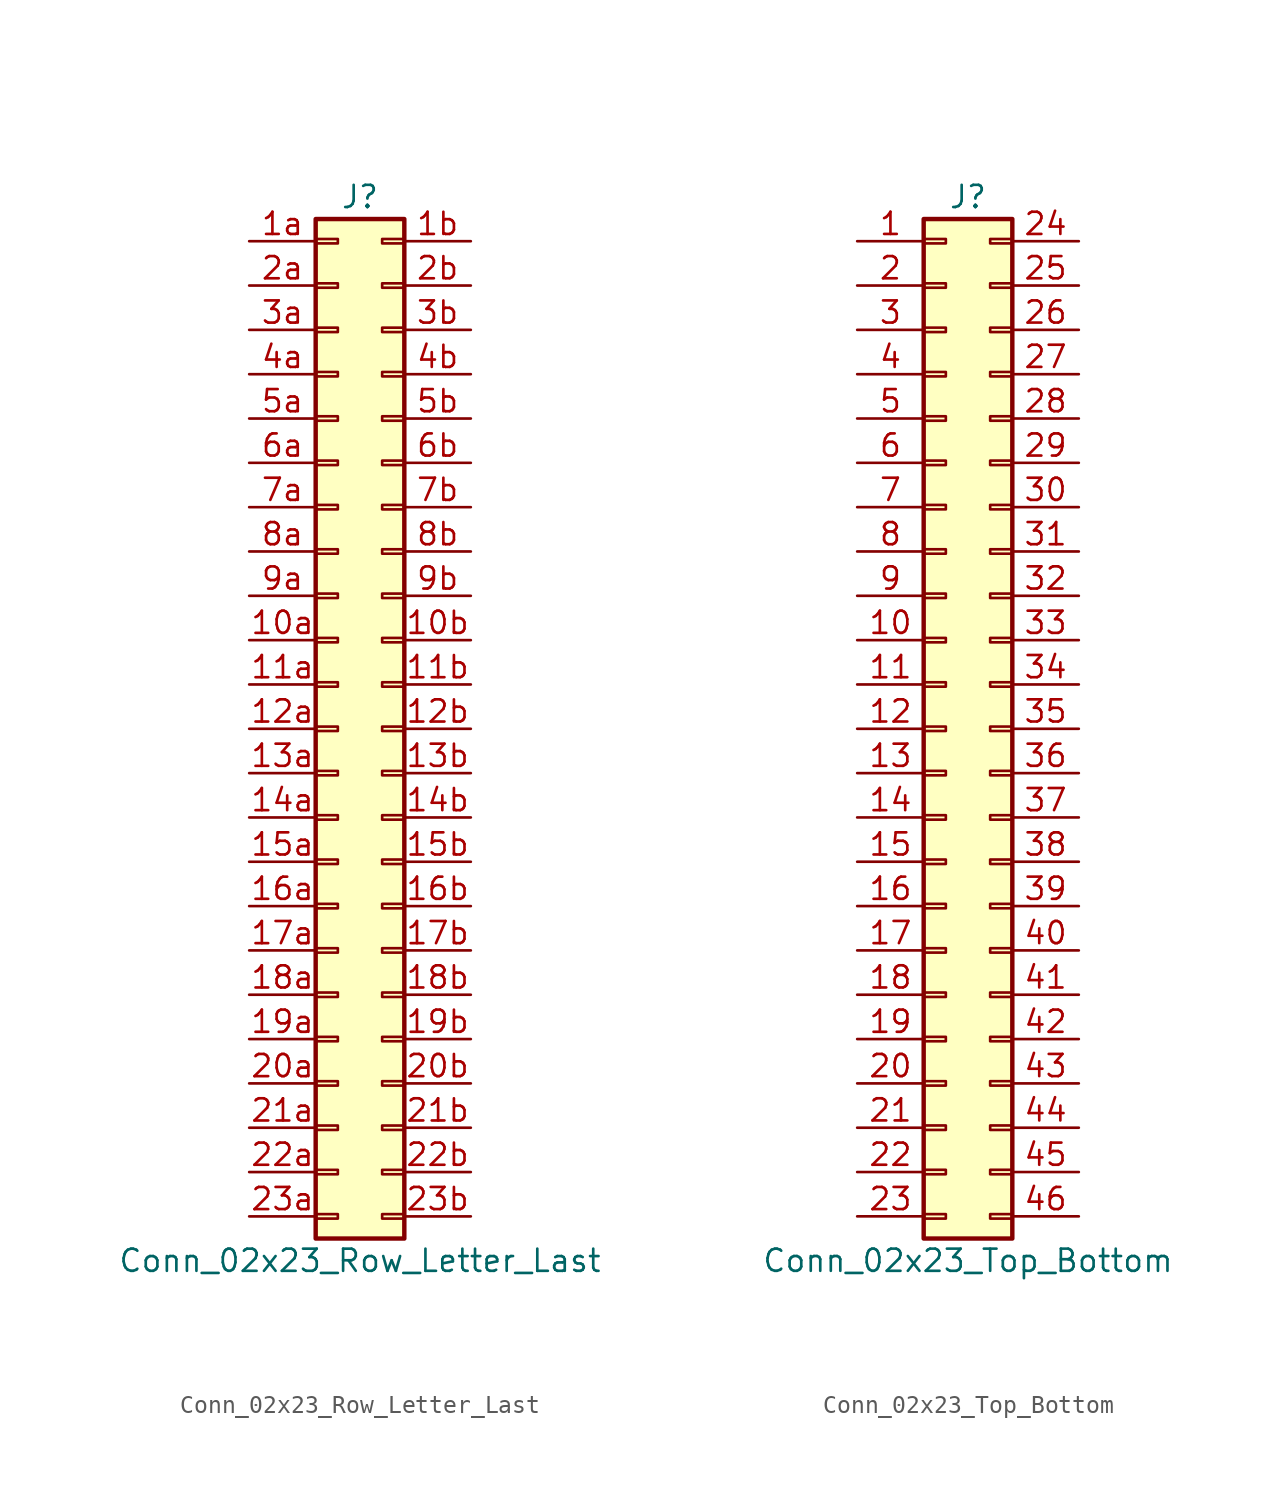
<source format=kicad_sym>
(kicad_symbol_lib
  (version 20201005)
  (generator kicad_symbol_editor)
  (symbol "Conn_02x23_Row_Letter_Last"
    (pin_names
      (offset 1.016) hide)
    (property "Reference" "J"
      (at 1.27 30.48 0)
      (effects (font (size 1.27 1.27))))
    (property "Value" "Conn_02x23_Row_Letter_Last"
      (at 1.27 -30.48 0)
      (effects (font (size 1.27 1.27))))
    (symbol "Conn_02x23_Row_Letter_Last_1_1"
      (rectangle (start -1.27 -27.813) (end 0 -28.067) (stroke (width 0.152)) (fill (type none)))
      (rectangle (start -1.27 -25.273) (end 0 -25.527) (stroke (width 0.152)) (fill (type none)))
      (rectangle (start -1.27 -22.733) (end 0 -22.987) (stroke (width 0.152)) (fill (type none)))
      (rectangle (start -1.27 -20.193) (end 0 -20.447) (stroke (width 0.152)) (fill (type none)))
      (rectangle (start -1.27 -17.653) (end 0 -17.907) (stroke (width 0.152)) (fill (type none)))
      (rectangle (start -1.27 -15.113) (end 0 -15.367) (stroke (width 0.152)) (fill (type none)))
      (rectangle (start -1.27 -12.573) (end 0 -12.827) (stroke (width 0.152)) (fill (type none)))
      (rectangle (start -1.27 -10.033) (end 0 -10.287) (stroke (width 0.152)) (fill (type none)))
      (rectangle (start -1.27 -7.493) (end 0 -7.747) (stroke (width 0.152)) (fill (type none)))
      (rectangle (start -1.27 -4.953) (end 0 -5.207) (stroke (width 0.152)) (fill (type none)))
      (rectangle (start -1.27 -2.413) (end 0 -2.667) (stroke (width 0.152)) (fill (type none)))
      (rectangle (start -1.27 0.127) (end 0 -0.127) (stroke (width 0.152)) (fill (type none)))
      (rectangle (start -1.27 2.667) (end 0 2.413) (stroke (width 0.152)) (fill (type none)))
      (rectangle (start -1.27 5.207) (end 0 4.953) (stroke (width 0.152)) (fill (type none)))
      (rectangle (start -1.27 7.747) (end 0 7.493) (stroke (width 0.152)) (fill (type none)))
      (rectangle (start -1.27 10.287) (end 0 10.033) (stroke (width 0.152)) (fill (type none)))
      (rectangle (start -1.27 12.827) (end 0 12.573) (stroke (width 0.152)) (fill (type none)))
      (rectangle (start -1.27 15.367) (end 0 15.113) (stroke (width 0.152)) (fill (type none)))
      (rectangle (start -1.27 17.907) (end 0 17.653) (stroke (width 0.152)) (fill (type none)))
      (rectangle (start -1.27 20.447) (end 0 20.193) (stroke (width 0.152)) (fill (type none)))
      (rectangle (start -1.27 22.987) (end 0 22.733) (stroke (width 0.152)) (fill (type none)))
      (rectangle (start -1.27 25.527) (end 0 25.273) (stroke (width 0.152)) (fill (type none)))
      (rectangle (start -1.27 28.067) (end 0 27.813) (stroke (width 0.152)) (fill (type none)))
      (rectangle (start 3.81 -27.813) (end 2.54 -28.067) (stroke (width 0.152)) (fill (type none)))
      (rectangle (start 3.81 -25.273) (end 2.54 -25.527) (stroke (width 0.152)) (fill (type none)))
      (rectangle (start 3.81 -22.733) (end 2.54 -22.987) (stroke (width 0.152)) (fill (type none)))
      (rectangle (start 3.81 -20.193) (end 2.54 -20.447) (stroke (width 0.152)) (fill (type none)))
      (rectangle (start 3.81 -17.653) (end 2.54 -17.907) (stroke (width 0.152)) (fill (type none)))
      (rectangle (start 3.81 -15.113) (end 2.54 -15.367) (stroke (width 0.152)) (fill (type none)))
      (rectangle (start 3.81 -12.573) (end 2.54 -12.827) (stroke (width 0.152)) (fill (type none)))
      (rectangle (start 3.81 -10.033) (end 2.54 -10.287) (stroke (width 0.152)) (fill (type none)))
      (rectangle (start 3.81 -7.493) (end 2.54 -7.747) (stroke (width 0.152)) (fill (type none)))
      (rectangle (start 3.81 -4.953) (end 2.54 -5.207) (stroke (width 0.152)) (fill (type none)))
      (rectangle (start 3.81 -2.413) (end 2.54 -2.667) (stroke (width 0.152)) (fill (type none)))
      (rectangle (start 3.81 0.127) (end 2.54 -0.127) (stroke (width 0.152)) (fill (type none)))
      (rectangle (start 3.81 2.667) (end 2.54 2.413) (stroke (width 0.152)) (fill (type none)))
      (rectangle (start 3.81 5.207) (end 2.54 4.953) (stroke (width 0.152)) (fill (type none)))
      (rectangle (start 3.81 7.747) (end 2.54 7.493) (stroke (width 0.152)) (fill (type none)))
      (rectangle (start 3.81 10.287) (end 2.54 10.033) (stroke (width 0.152)) (fill (type none)))
      (rectangle (start 3.81 12.827) (end 2.54 12.573) (stroke (width 0.152)) (fill (type none)))
      (rectangle (start 3.81 15.367) (end 2.54 15.113) (stroke (width 0.152)) (fill (type none)))
      (rectangle (start 3.81 17.907) (end 2.54 17.653) (stroke (width 0.152)) (fill (type none)))
      (rectangle (start 3.81 20.447) (end 2.54 20.193) (stroke (width 0.152)) (fill (type none)))
      (rectangle (start 3.81 22.987) (end 2.54 22.733) (stroke (width 0.152)) (fill (type none)))
      (rectangle (start 3.81 25.527) (end 2.54 25.273) (stroke (width 0.152)) (fill (type none)))
      (rectangle (start 3.81 28.067) (end 2.54 27.813) (stroke (width 0.152)) (fill (type none)))
      (rectangle (start -1.27 29.21) (end 3.81 -29.21) (stroke (width 0.254)) (fill (type background)))
      (pin passive line (at -5.08 5.08 0) (length 3.81) (name "Pin_10a" (effects (font (size 1.27 1.27)))) (number "10a" (effects (font (size 1.27 1.27)))))
      (pin passive line (at 7.62 5.08 180) (length 3.81) (name "Pin_10b" (effects (font (size 1.27 1.27)))) (number "10b" (effects (font (size 1.27 1.27)))))
      (pin passive line (at -5.08 2.54 0) (length 3.81) (name "Pin_11a" (effects (font (size 1.27 1.27)))) (number "11a" (effects (font (size 1.27 1.27)))))
      (pin passive line (at 7.62 2.54 180) (length 3.81) (name "Pin_11b" (effects (font (size 1.27 1.27)))) (number "11b" (effects (font (size 1.27 1.27)))))
      (pin passive line (at -5.08 0 0) (length 3.81) (name "Pin_12a" (effects (font (size 1.27 1.27)))) (number "12a" (effects (font (size 1.27 1.27)))))
      (pin passive line (at 7.62 0 180) (length 3.81) (name "Pin_12b" (effects (font (size 1.27 1.27)))) (number "12b" (effects (font (size 1.27 1.27)))))
      (pin passive line (at -5.08 -2.54 0) (length 3.81) (name "Pin_13a" (effects (font (size 1.27 1.27)))) (number "13a" (effects (font (size 1.27 1.27)))))
      (pin passive line (at 7.62 -2.54 180) (length 3.81) (name "Pin_13b" (effects (font (size 1.27 1.27)))) (number "13b" (effects (font (size 1.27 1.27)))))
      (pin passive line (at -5.08 -5.08 0) (length 3.81) (name "Pin_14a" (effects (font (size 1.27 1.27)))) (number "14a" (effects (font (size 1.27 1.27)))))
      (pin passive line (at 7.62 -5.08 180) (length 3.81) (name "Pin_14b" (effects (font (size 1.27 1.27)))) (number "14b" (effects (font (size 1.27 1.27)))))
      (pin passive line (at -5.08 -7.62 0) (length 3.81) (name "Pin_15a" (effects (font (size 1.27 1.27)))) (number "15a" (effects (font (size 1.27 1.27)))))
      (pin passive line (at 7.62 -7.62 180) (length 3.81) (name "Pin_15b" (effects (font (size 1.27 1.27)))) (number "15b" (effects (font (size 1.27 1.27)))))
      (pin passive line (at -5.08 -10.16 0) (length 3.81) (name "Pin_16a" (effects (font (size 1.27 1.27)))) (number "16a" (effects (font (size 1.27 1.27)))))
      (pin passive line (at 7.62 -10.16 180) (length 3.81) (name "Pin_16b" (effects (font (size 1.27 1.27)))) (number "16b" (effects (font (size 1.27 1.27)))))
      (pin passive line (at -5.08 -12.7 0) (length 3.81) (name "Pin_17a" (effects (font (size 1.27 1.27)))) (number "17a" (effects (font (size 1.27 1.27)))))
      (pin passive line (at 7.62 -12.7 180) (length 3.81) (name "Pin_17b" (effects (font (size 1.27 1.27)))) (number "17b" (effects (font (size 1.27 1.27)))))
      (pin passive line (at -5.08 -15.24 0) (length 3.81) (name "Pin_18a" (effects (font (size 1.27 1.27)))) (number "18a" (effects (font (size 1.27 1.27)))))
      (pin passive line (at 7.62 -15.24 180) (length 3.81) (name "Pin_18b" (effects (font (size 1.27 1.27)))) (number "18b" (effects (font (size 1.27 1.27)))))
      (pin passive line (at -5.08 -17.78 0) (length 3.81) (name "Pin_19a" (effects (font (size 1.27 1.27)))) (number "19a" (effects (font (size 1.27 1.27)))))
      (pin passive line (at 7.62 -17.78 180) (length 3.81) (name "Pin_19b" (effects (font (size 1.27 1.27)))) (number "19b" (effects (font (size 1.27 1.27)))))
      (pin passive line (at -5.08 27.94 0) (length 3.81) (name "Pin_1a" (effects (font (size 1.27 1.27)))) (number "1a" (effects (font (size 1.27 1.27)))))
      (pin passive line (at 7.62 27.94 180) (length 3.81) (name "Pin_1b" (effects (font (size 1.27 1.27)))) (number "1b" (effects (font (size 1.27 1.27)))))
      (pin passive line (at -5.08 -20.32 0) (length 3.81) (name "Pin_20a" (effects (font (size 1.27 1.27)))) (number "20a" (effects (font (size 1.27 1.27)))))
      (pin passive line (at 7.62 -20.32 180) (length 3.81) (name "Pin_20b" (effects (font (size 1.27 1.27)))) (number "20b" (effects (font (size 1.27 1.27)))))
      (pin passive line (at -5.08 -22.86 0) (length 3.81) (name "Pin_21a" (effects (font (size 1.27 1.27)))) (number "21a" (effects (font (size 1.27 1.27)))))
      (pin passive line (at 7.62 -22.86 180) (length 3.81) (name "Pin_21b" (effects (font (size 1.27 1.27)))) (number "21b" (effects (font (size 1.27 1.27)))))
      (pin passive line (at -5.08 -25.4 0) (length 3.81) (name "Pin_22a" (effects (font (size 1.27 1.27)))) (number "22a" (effects (font (size 1.27 1.27)))))
      (pin passive line (at 7.62 -25.4 180) (length 3.81) (name "Pin_22b" (effects (font (size 1.27 1.27)))) (number "22b" (effects (font (size 1.27 1.27)))))
      (pin passive line (at -5.08 -27.94 0) (length 3.81) (name "Pin_23a" (effects (font (size 1.27 1.27)))) (number "23a" (effects (font (size 1.27 1.27)))))
      (pin passive line (at 7.62 -27.94 180) (length 3.81) (name "Pin_23b" (effects (font (size 1.27 1.27)))) (number "23b" (effects (font (size 1.27 1.27)))))
      (pin passive line (at -5.08 25.4 0) (length 3.81) (name "Pin_2a" (effects (font (size 1.27 1.27)))) (number "2a" (effects (font (size 1.27 1.27)))))
      (pin passive line (at 7.62 25.4 180) (length 3.81) (name "Pin_2b" (effects (font (size 1.27 1.27)))) (number "2b" (effects (font (size 1.27 1.27)))))
      (pin passive line (at -5.08 22.86 0) (length 3.81) (name "Pin_3a" (effects (font (size 1.27 1.27)))) (number "3a" (effects (font (size 1.27 1.27)))))
      (pin passive line (at 7.62 22.86 180) (length 3.81) (name "Pin_3b" (effects (font (size 1.27 1.27)))) (number "3b" (effects (font (size 1.27 1.27)))))
      (pin passive line (at -5.08 20.32 0) (length 3.81) (name "Pin_4a" (effects (font (size 1.27 1.27)))) (number "4a" (effects (font (size 1.27 1.27)))))
      (pin passive line (at 7.62 20.32 180) (length 3.81) (name "Pin_4b" (effects (font (size 1.27 1.27)))) (number "4b" (effects (font (size 1.27 1.27)))))
      (pin passive line (at -5.08 17.78 0) (length 3.81) (name "Pin_5a" (effects (font (size 1.27 1.27)))) (number "5a" (effects (font (size 1.27 1.27)))))
      (pin passive line (at 7.62 17.78 180) (length 3.81) (name "Pin_5b" (effects (font (size 1.27 1.27)))) (number "5b" (effects (font (size 1.27 1.27)))))
      (pin passive line (at -5.08 15.24 0) (length 3.81) (name "Pin_6a" (effects (font (size 1.27 1.27)))) (number "6a" (effects (font (size 1.27 1.27)))))
      (pin passive line (at 7.62 15.24 180) (length 3.81) (name "Pin_6b" (effects (font (size 1.27 1.27)))) (number "6b" (effects (font (size 1.27 1.27)))))
      (pin passive line (at -5.08 12.7 0) (length 3.81) (name "Pin_7a" (effects (font (size 1.27 1.27)))) (number "7a" (effects (font (size 1.27 1.27)))))
      (pin passive line (at 7.62 12.7 180) (length 3.81) (name "Pin_7b" (effects (font (size 1.27 1.27)))) (number "7b" (effects (font (size 1.27 1.27)))))
      (pin passive line (at -5.08 10.16 0) (length 3.81) (name "Pin_8a" (effects (font (size 1.27 1.27)))) (number "8a" (effects (font (size 1.27 1.27)))))
      (pin passive line (at 7.62 10.16 180) (length 3.81) (name "Pin_8b" (effects (font (size 1.27 1.27)))) (number "8b" (effects (font (size 1.27 1.27)))))
      (pin passive line (at -5.08 7.62 0) (length 3.81) (name "Pin_9a" (effects (font (size 1.27 1.27)))) (number "9a" (effects (font (size 1.27 1.27)))))
      (pin passive line (at 7.62 7.62 180) (length 3.81) (name "Pin_9b" (effects (font (size 1.27 1.27)))) (number "9b" (effects (font (size 1.27 1.27)))))))
  (symbol "Conn_02x23_Top_Bottom"
    (pin_names
      (offset 1.016) hide)
    (property "Reference" "J"
      (at 1.27 30.48 0)
      (effects (font (size 1.27 1.27))))
    (property "Value" "Conn_02x23_Top_Bottom"
      (at 1.27 -30.48 0)
      (effects (font (size 1.27 1.27))))
    (symbol "Conn_02x23_Top_Bottom_1_1"
      (rectangle (start -1.27 -27.813) (end 0 -28.067) (stroke (width 0.152)) (fill (type none)))
      (rectangle (start -1.27 -25.273) (end 0 -25.527) (stroke (width 0.152)) (fill (type none)))
      (rectangle (start -1.27 -22.733) (end 0 -22.987) (stroke (width 0.152)) (fill (type none)))
      (rectangle (start -1.27 -20.193) (end 0 -20.447) (stroke (width 0.152)) (fill (type none)))
      (rectangle (start -1.27 -17.653) (end 0 -17.907) (stroke (width 0.152)) (fill (type none)))
      (rectangle (start -1.27 -15.113) (end 0 -15.367) (stroke (width 0.152)) (fill (type none)))
      (rectangle (start -1.27 -12.573) (end 0 -12.827) (stroke (width 0.152)) (fill (type none)))
      (rectangle (start -1.27 -10.033) (end 0 -10.287) (stroke (width 0.152)) (fill (type none)))
      (rectangle (start -1.27 -7.493) (end 0 -7.747) (stroke (width 0.152)) (fill (type none)))
      (rectangle (start -1.27 -4.953) (end 0 -5.207) (stroke (width 0.152)) (fill (type none)))
      (rectangle (start -1.27 -2.413) (end 0 -2.667) (stroke (width 0.152)) (fill (type none)))
      (rectangle (start -1.27 0.127) (end 0 -0.127) (stroke (width 0.152)) (fill (type none)))
      (rectangle (start -1.27 2.667) (end 0 2.413) (stroke (width 0.152)) (fill (type none)))
      (rectangle (start -1.27 5.207) (end 0 4.953) (stroke (width 0.152)) (fill (type none)))
      (rectangle (start -1.27 7.747) (end 0 7.493) (stroke (width 0.152)) (fill (type none)))
      (rectangle (start -1.27 10.287) (end 0 10.033) (stroke (width 0.152)) (fill (type none)))
      (rectangle (start -1.27 12.827) (end 0 12.573) (stroke (width 0.152)) (fill (type none)))
      (rectangle (start -1.27 15.367) (end 0 15.113) (stroke (width 0.152)) (fill (type none)))
      (rectangle (start -1.27 17.907) (end 0 17.653) (stroke (width 0.152)) (fill (type none)))
      (rectangle (start -1.27 20.447) (end 0 20.193) (stroke (width 0.152)) (fill (type none)))
      (rectangle (start -1.27 22.987) (end 0 22.733) (stroke (width 0.152)) (fill (type none)))
      (rectangle (start -1.27 25.527) (end 0 25.273) (stroke (width 0.152)) (fill (type none)))
      (rectangle (start -1.27 28.067) (end 0 27.813) (stroke (width 0.152)) (fill (type none)))
      (rectangle (start 3.81 -27.813) (end 2.54 -28.067) (stroke (width 0.152)) (fill (type none)))
      (rectangle (start 3.81 -25.273) (end 2.54 -25.527) (stroke (width 0.152)) (fill (type none)))
      (rectangle (start 3.81 -22.733) (end 2.54 -22.987) (stroke (width 0.152)) (fill (type none)))
      (rectangle (start 3.81 -20.193) (end 2.54 -20.447) (stroke (width 0.152)) (fill (type none)))
      (rectangle (start 3.81 -17.653) (end 2.54 -17.907) (stroke (width 0.152)) (fill (type none)))
      (rectangle (start 3.81 -15.113) (end 2.54 -15.367) (stroke (width 0.152)) (fill (type none)))
      (rectangle (start 3.81 -12.573) (end 2.54 -12.827) (stroke (width 0.152)) (fill (type none)))
      (rectangle (start 3.81 -10.033) (end 2.54 -10.287) (stroke (width 0.152)) (fill (type none)))
      (rectangle (start 3.81 -7.493) (end 2.54 -7.747) (stroke (width 0.152)) (fill (type none)))
      (rectangle (start 3.81 -4.953) (end 2.54 -5.207) (stroke (width 0.152)) (fill (type none)))
      (rectangle (start 3.81 -2.413) (end 2.54 -2.667) (stroke (width 0.152)) (fill (type none)))
      (rectangle (start 3.81 0.127) (end 2.54 -0.127) (stroke (width 0.152)) (fill (type none)))
      (rectangle (start 3.81 2.667) (end 2.54 2.413) (stroke (width 0.152)) (fill (type none)))
      (rectangle (start 3.81 5.207) (end 2.54 4.953) (stroke (width 0.152)) (fill (type none)))
      (rectangle (start 3.81 7.747) (end 2.54 7.493) (stroke (width 0.152)) (fill (type none)))
      (rectangle (start 3.81 10.287) (end 2.54 10.033) (stroke (width 0.152)) (fill (type none)))
      (rectangle (start 3.81 12.827) (end 2.54 12.573) (stroke (width 0.152)) (fill (type none)))
      (rectangle (start 3.81 15.367) (end 2.54 15.113) (stroke (width 0.152)) (fill (type none)))
      (rectangle (start 3.81 17.907) (end 2.54 17.653) (stroke (width 0.152)) (fill (type none)))
      (rectangle (start 3.81 20.447) (end 2.54 20.193) (stroke (width 0.152)) (fill (type none)))
      (rectangle (start 3.81 22.987) (end 2.54 22.733) (stroke (width 0.152)) (fill (type none)))
      (rectangle (start 3.81 25.527) (end 2.54 25.273) (stroke (width 0.152)) (fill (type none)))
      (rectangle (start 3.81 28.067) (end 2.54 27.813) (stroke (width 0.152)) (fill (type none)))
      (rectangle (start -1.27 29.21) (end 3.81 -29.21) (stroke (width 0.254)) (fill (type background)))
      (pin passive line (at -5.08 27.94 0) (length 3.81) (name "Pin_1" (effects (font (size 1.27 1.27)))) (number "1" (effects (font (size 1.27 1.27)))))
      (pin passive line (at -5.08 5.08 0) (length 3.81) (name "Pin_10" (effects (font (size 1.27 1.27)))) (number "10" (effects (font (size 1.27 1.27)))))
      (pin passive line (at -5.08 2.54 0) (length 3.81) (name "Pin_11" (effects (font (size 1.27 1.27)))) (number "11" (effects (font (size 1.27 1.27)))))
      (pin passive line (at -5.08 0 0) (length 3.81) (name "Pin_12" (effects (font (size 1.27 1.27)))) (number "12" (effects (font (size 1.27 1.27)))))
      (pin passive line (at -5.08 -2.54 0) (length 3.81) (name "Pin_13" (effects (font (size 1.27 1.27)))) (number "13" (effects (font (size 1.27 1.27)))))
      (pin passive line (at -5.08 -5.08 0) (length 3.81) (name "Pin_14" (effects (font (size 1.27 1.27)))) (number "14" (effects (font (size 1.27 1.27)))))
      (pin passive line (at -5.08 -7.62 0) (length 3.81) (name "Pin_15" (effects (font (size 1.27 1.27)))) (number "15" (effects (font (size 1.27 1.27)))))
      (pin passive line (at -5.08 -10.16 0) (length 3.81) (name "Pin_16" (effects (font (size 1.27 1.27)))) (number "16" (effects (font (size 1.27 1.27)))))
      (pin passive line (at -5.08 -12.7 0) (length 3.81) (name "Pin_17" (effects (font (size 1.27 1.27)))) (number "17" (effects (font (size 1.27 1.27)))))
      (pin passive line (at -5.08 -15.24 0) (length 3.81) (name "Pin_18" (effects (font (size 1.27 1.27)))) (number "18" (effects (font (size 1.27 1.27)))))
      (pin passive line (at -5.08 -17.78 0) (length 3.81) (name "Pin_19" (effects (font (size 1.27 1.27)))) (number "19" (effects (font (size 1.27 1.27)))))
      (pin passive line (at -5.08 25.4 0) (length 3.81) (name "Pin_2" (effects (font (size 1.27 1.27)))) (number "2" (effects (font (size 1.27 1.27)))))
      (pin passive line (at -5.08 -20.32 0) (length 3.81) (name "Pin_20" (effects (font (size 1.27 1.27)))) (number "20" (effects (font (size 1.27 1.27)))))
      (pin passive line (at -5.08 -22.86 0) (length 3.81) (name "Pin_21" (effects (font (size 1.27 1.27)))) (number "21" (effects (font (size 1.27 1.27)))))
      (pin passive line (at -5.08 -25.4 0) (length 3.81) (name "Pin_22" (effects (font (size 1.27 1.27)))) (number "22" (effects (font (size 1.27 1.27)))))
      (pin passive line (at -5.08 -27.94 0) (length 3.81) (name "Pin_23" (effects (font (size 1.27 1.27)))) (number "23" (effects (font (size 1.27 1.27)))))
      (pin passive line (at 7.62 27.94 180) (length 3.81) (name "Pin_24" (effects (font (size 1.27 1.27)))) (number "24" (effects (font (size 1.27 1.27)))))
      (pin passive line (at 7.62 25.4 180) (length 3.81) (name "Pin_25" (effects (font (size 1.27 1.27)))) (number "25" (effects (font (size 1.27 1.27)))))
      (pin passive line (at 7.62 22.86 180) (length 3.81) (name "Pin_26" (effects (font (size 1.27 1.27)))) (number "26" (effects (font (size 1.27 1.27)))))
      (pin passive line (at 7.62 20.32 180) (length 3.81) (name "Pin_27" (effects (font (size 1.27 1.27)))) (number "27" (effects (font (size 1.27 1.27)))))
      (pin passive line (at 7.62 17.78 180) (length 3.81) (name "Pin_28" (effects (font (size 1.27 1.27)))) (number "28" (effects (font (size 1.27 1.27)))))
      (pin passive line (at 7.62 15.24 180) (length 3.81) (name "Pin_29" (effects (font (size 1.27 1.27)))) (number "29" (effects (font (size 1.27 1.27)))))
      (pin passive line (at -5.08 22.86 0) (length 3.81) (name "Pin_3" (effects (font (size 1.27 1.27)))) (number "3" (effects (font (size 1.27 1.27)))))
      (pin passive line (at 7.62 12.7 180) (length 3.81) (name "Pin_30" (effects (font (size 1.27 1.27)))) (number "30" (effects (font (size 1.27 1.27)))))
      (pin passive line (at 7.62 10.16 180) (length 3.81) (name "Pin_31" (effects (font (size 1.27 1.27)))) (number "31" (effects (font (size 1.27 1.27)))))
      (pin passive line (at 7.62 7.62 180) (length 3.81) (name "Pin_32" (effects (font (size 1.27 1.27)))) (number "32" (effects (font (size 1.27 1.27)))))
      (pin passive line (at 7.62 5.08 180) (length 3.81) (name "Pin_33" (effects (font (size 1.27 1.27)))) (number "33" (effects (font (size 1.27 1.27)))))
      (pin passive line (at 7.62 2.54 180) (length 3.81) (name "Pin_34" (effects (font (size 1.27 1.27)))) (number "34" (effects (font (size 1.27 1.27)))))
      (pin passive line (at 7.62 0 180) (length 3.81) (name "Pin_35" (effects (font (size 1.27 1.27)))) (number "35" (effects (font (size 1.27 1.27)))))
      (pin passive line (at 7.62 -2.54 180) (length 3.81) (name "Pin_36" (effects (font (size 1.27 1.27)))) (number "36" (effects (font (size 1.27 1.27)))))
      (pin passive line (at 7.62 -5.08 180) (length 3.81) (name "Pin_37" (effects (font (size 1.27 1.27)))) (number "37" (effects (font (size 1.27 1.27)))))
      (pin passive line (at 7.62 -7.62 180) (length 3.81) (name "Pin_38" (effects (font (size 1.27 1.27)))) (number "38" (effects (font (size 1.27 1.27)))))
      (pin passive line (at 7.62 -10.16 180) (length 3.81) (name "Pin_39" (effects (font (size 1.27 1.27)))) (number "39" (effects (font (size 1.27 1.27)))))
      (pin passive line (at -5.08 20.32 0) (length 3.81) (name "Pin_4" (effects (font (size 1.27 1.27)))) (number "4" (effects (font (size 1.27 1.27)))))
      (pin passive line (at 7.62 -12.7 180) (length 3.81) (name "Pin_40" (effects (font (size 1.27 1.27)))) (number "40" (effects (font (size 1.27 1.27)))))
      (pin passive line (at 7.62 -15.24 180) (length 3.81) (name "Pin_41" (effects (font (size 1.27 1.27)))) (number "41" (effects (font (size 1.27 1.27)))))
      (pin passive line (at 7.62 -17.78 180) (length 3.81) (name "Pin_42" (effects (font (size 1.27 1.27)))) (number "42" (effects (font (size 1.27 1.27)))))
      (pin passive line (at 7.62 -20.32 180) (length 3.81) (name "Pin_43" (effects (font (size 1.27 1.27)))) (number "43" (effects (font (size 1.27 1.27)))))
      (pin passive line (at 7.62 -22.86 180) (length 3.81) (name "Pin_44" (effects (font (size 1.27 1.27)))) (number "44" (effects (font (size 1.27 1.27)))))
      (pin passive line (at 7.62 -25.4 180) (length 3.81) (name "Pin_45" (effects (font (size 1.27 1.27)))) (number "45" (effects (font (size 1.27 1.27)))))
      (pin passive line (at 7.62 -27.94 180) (length 3.81) (name "Pin_46" (effects (font (size 1.27 1.27)))) (number "46" (effects (font (size 1.27 1.27)))))
      (pin passive line (at -5.08 17.78 0) (length 3.81) (name "Pin_5" (effects (font (size 1.27 1.27)))) (number "5" (effects (font (size 1.27 1.27)))))
      (pin passive line (at -5.08 15.24 0) (length 3.81) (name "Pin_6" (effects (font (size 1.27 1.27)))) (number "6" (effects (font (size 1.27 1.27)))))
      (pin passive line (at -5.08 12.7 0) (length 3.81) (name "Pin_7" (effects (font (size 1.27 1.27)))) (number "7" (effects (font (size 1.27 1.27)))))
      (pin passive line (at -5.08 10.16 0) (length 3.81) (name "Pin_8" (effects (font (size 1.27 1.27)))) (number "8" (effects (font (size 1.27 1.27)))))
      (pin passive line (at -5.08 7.62 0) (length 3.81) (name "Pin_9" (effects (font (size 1.27 1.27)))) (number "9" (effects (font (size 1.27 1.27))))))))
</source>
